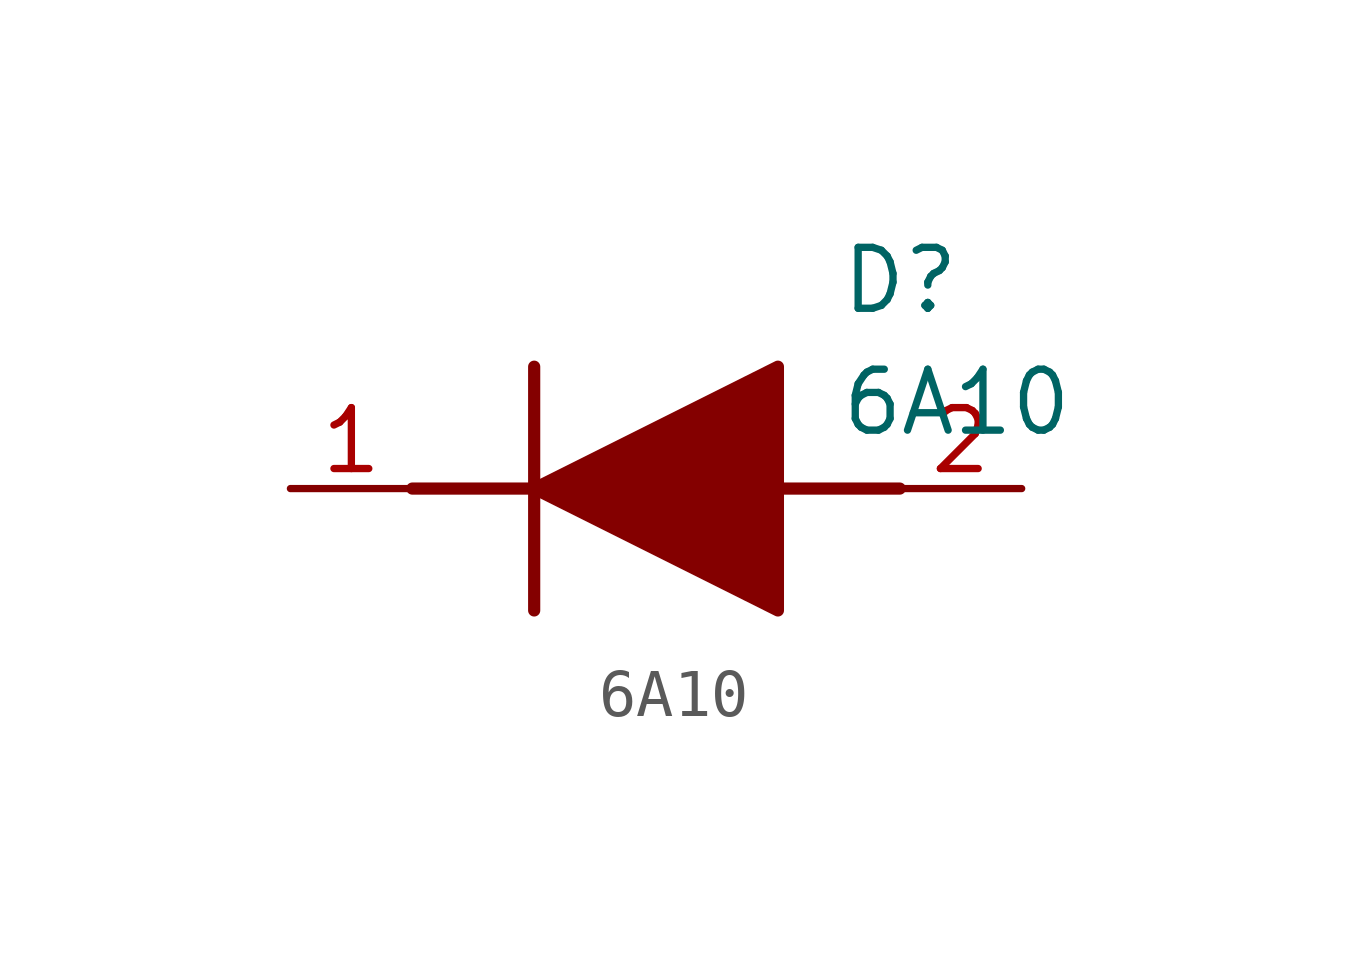
<source format=kicad_sym>
(kicad_symbol_lib
  (version 20211014)
  (generator SamacSys_ECAD_Model)
  (symbol "6A10"
    (pin_names hide)
    (property "Reference" "D"
      (at 11.43 5.08 0)
      (effects (font (size 1.27 1.27)) (justify left top)))
    (property "Value" "6A10"
      (at 11.43 2.54 0)
      (effects (font (size 1.27 1.27)) (justify left top)))
    (polyline
      (pts (xy 5.08 2.54) (xy 5.08 -2.54))
      (stroke (width 0.254) (type default))
      (fill (type none)))
    (polyline
      (pts (xy 2.54 0) (xy 5.08 0))
      (stroke (width 0.254) (type default))
      (fill (type none)))
    (polyline
      (pts (xy 10.16 0) (xy 12.7 0))
      (stroke (width 0.254) (type default))
      (fill (type none)))
    (polyline
      (pts (xy 5.08 0) (xy 10.16 2.54) (xy 10.16 -2.54) (xy 5.08 0))
      (stroke (width 0.254) (type default))
      (fill (type outline)))
    (pin passive line
      (at 0 0 0)
      (length 2.54)
      (name "K" (effects (font (size 1.27 1.27))))
      (number "1" (effects (font (size 1.27 1.27)))))
    (pin passive line
      (at 15.24 0 180)
      (length 2.54)
      (name "A" (effects (font (size 1.27 1.27))))
      (number "2" (effects (font (size 1.27 1.27)))))))
</source>
